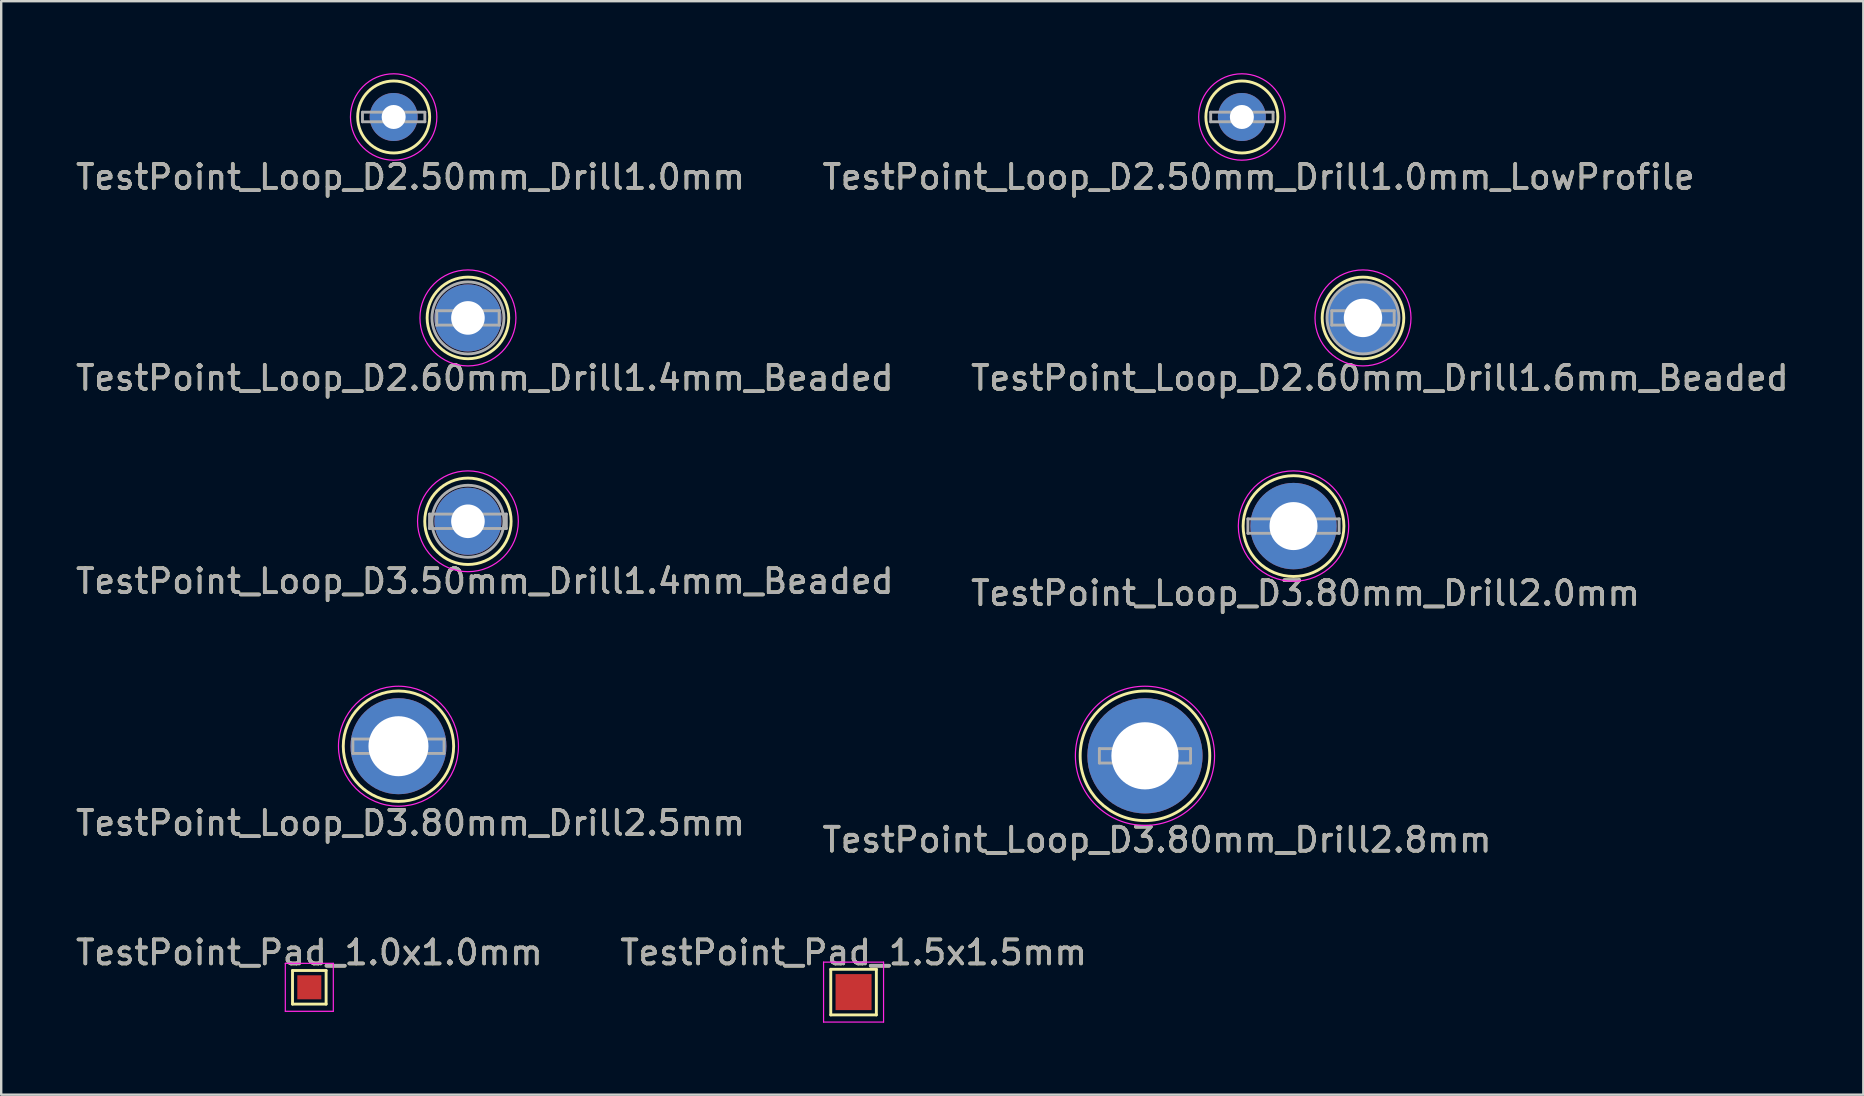
<source format=kicad_pcb>
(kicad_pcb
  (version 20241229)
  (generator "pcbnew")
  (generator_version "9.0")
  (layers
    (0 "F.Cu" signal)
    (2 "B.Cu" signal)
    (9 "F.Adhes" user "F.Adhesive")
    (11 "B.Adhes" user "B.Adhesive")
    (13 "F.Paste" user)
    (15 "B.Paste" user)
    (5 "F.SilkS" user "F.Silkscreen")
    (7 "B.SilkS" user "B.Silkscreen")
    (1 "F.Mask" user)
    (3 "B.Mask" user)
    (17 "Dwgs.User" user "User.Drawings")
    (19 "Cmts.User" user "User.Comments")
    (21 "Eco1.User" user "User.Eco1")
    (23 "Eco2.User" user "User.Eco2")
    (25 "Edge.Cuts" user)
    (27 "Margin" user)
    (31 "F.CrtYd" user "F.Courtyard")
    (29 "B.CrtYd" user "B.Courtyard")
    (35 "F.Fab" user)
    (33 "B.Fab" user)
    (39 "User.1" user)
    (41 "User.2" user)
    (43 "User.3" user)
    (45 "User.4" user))
  (footprint "TestPoint_Loop_D3.80mm_Drill2.5mm"
    (layer "F.Cu")
    (at 13.554 28.045)
    (property "Reference" "TestPoint_Loop_D3.80mm_Drill2.5mm" (at 0.5 3.2 0) (layer "F.SilkS") (effects (font (size 1 1) (thickness 0.15))))
    (attr through_hole)
    (fp_circle (center 0 0) (end 2.3 0) (stroke (width 0.12) (type solid)) (fill no) (layer "F.SilkS"))
    (fp_circle (center 0 0) (end 2.5 0) (stroke (width 0.05) (type solid)) (fill no) (layer "F.CrtYd"))
    (fp_line (start -1.9 -0.3) (end -1.9 0.3) (stroke (width 0.12) (type solid)) (layer "F.Fab"))
    (fp_line (start -1.9 0.3) (end 1.9 0.3) (stroke (width 0.12) (type solid)) (layer "F.Fab"))
    (fp_line (start 1.9 -0.3) (end -1.9 -0.3) (stroke (width 0.12) (type solid)) (layer "F.Fab"))
    (fp_line (start 1.9 0.3) (end 1.9 -0.3) (stroke (width 0.12) (type solid)) (layer "F.Fab"))
    (fp_text user "${REFERENCE}" (at 0.5 3.2 0) (layer "F.Fab") (effects (font (size 1 1) (thickness 0.15))))
    (pad "1" thru_hole circle (at 0 0) (size 4 4) (drill 2.5) (layers "*.Cu" "*.Mask")))
  (footprint "TestPoint_Loop_D2.60mm_Drill1.4mm_Beaded"
    (layer "F.Cu")
    (at 16.449 10.198)
    (property "Reference" "TestPoint_Loop_D2.60mm_Drill1.4mm_Beaded" (at 0.7 2.5 0) (layer "F.SilkS") (effects (font (size 1 1) (thickness 0.15))))
    (attr through_hole)
    (fp_circle (center 0 0) (end 1.7 0) (stroke (width 0.12) (type solid)) (fill no) (layer "F.SilkS"))
    (fp_circle (center 0 0) (end 2 0) (stroke (width 0.05) (type solid)) (fill no) (layer "F.CrtYd"))
    (fp_line (start -1.3 -0.3) (end -1.3 0.3) (stroke (width 0.12) (type solid)) (layer "F.Fab"))
    (fp_line (start -1.3 0.3) (end 1.3 0.3) (stroke (width 0.12) (type solid)) (layer "F.Fab"))
    (fp_line (start 1.3 -0.3) (end -1.3 -0.3) (stroke (width 0.12) (type solid)) (layer "F.Fab"))
    (fp_line (start 1.3 0.3) (end 1.3 -0.3) (stroke (width 0.12) (type solid)) (layer "F.Fab"))
    (fp_circle (center 0 0) (end 1.5 0) (stroke (width 0.12) (type solid)) (fill no) (layer "F.Fab"))
    (fp_text user "${REFERENCE}" (at 0.7 2.5 0) (layer "F.Fab") (effects (font (size 1 1) (thickness 0.15))))
    (pad "1" thru_hole circle (at 0 0) (size 2.8 2.8) (drill 1.4) (layers "*.Cu" "*.Mask")))
  (footprint "TestPoint_Pad_1.0x1.0mm"
    (layer "F.Cu")
    (at 9.839 38.091)
    (property "Reference" "TestPoint_Pad_1.0x1.0mm" (at 0 -1.448 0) (layer "F.SilkS") (effects (font (size 1 1) (thickness 0.15))))
    (attr exclude_from_pos_files exclude_from_bom)
    (fp_line (start -0.7 -0.7) (end 0.7 -0.7) (stroke (width 0.12) (type solid)) (layer "F.SilkS"))
    (fp_line (start -0.7 0.7) (end -0.7 -0.7) (stroke (width 0.12) (type solid)) (layer "F.SilkS"))
    (fp_line (start 0.7 -0.7) (end 0.7 0.7) (stroke (width 0.12) (type solid)) (layer "F.SilkS"))
    (fp_line (start 0.7 0.7) (end -0.7 0.7) (stroke (width 0.12) (type solid)) (layer "F.SilkS"))
    (fp_line (start -1 -1) (end -1 1) (stroke (width 0.05) (type solid)) (layer "F.CrtYd"))
    (fp_line (start -1 -1) (end 1 -1) (stroke (width 0.05) (type solid)) (layer "F.CrtYd"))
    (fp_line (start 1 1) (end -1 1) (stroke (width 0.05) (type solid)) (layer "F.CrtYd"))
    (fp_line (start 1 1) (end 1 -1) (stroke (width 0.05) (type solid)) (layer "F.CrtYd"))
    (fp_text user "${REFERENCE}" (at 0 -1.45 0) (layer "F.Fab") (effects (font (size 1 1) (thickness 0.15))))
    (pad "1" smd rect (at 0 0) (size 1 1) (layers "F.Cu" "F.Mask")))
  (footprint "TestPoint_Loop_D2.50mm_Drill1.0mm_LowProfile"
    (layer "F.Cu")
    (at 48.699 1.825)
    (property "Reference" "TestPoint_Loop_D2.50mm_Drill1.0mm_LowProfile" (at 0.7 2.5 0) (layer "F.SilkS") (effects (font (size 1 1) (thickness 0.15))))
    (attr through_hole)
    (fp_circle (center 0 0) (end 1.5 0) (stroke (width 0.12) (type solid)) (fill no) (layer "F.SilkS"))
    (fp_circle (center 0 0) (end 1.8 0) (stroke (width 0.05) (type solid)) (fill no) (layer "F.CrtYd"))
    (fp_line (start -1.3 -0.2) (end -1.3 0.2) (stroke (width 0.12) (type solid)) (layer "F.Fab"))
    (fp_line (start -1.3 0.2) (end 1.3 0.2) (stroke (width 0.12) (type solid)) (layer "F.Fab"))
    (fp_line (start 1.3 -0.2) (end -1.3 -0.2) (stroke (width 0.12) (type solid)) (layer "F.Fab"))
    (fp_line (start 1.3 0.2) (end 1.3 -0.2) (stroke (width 0.12) (type solid)) (layer "F.Fab"))
    (fp_text user "${REFERENCE}" (at 0.7 2.5 0) (layer "F.Fab") (effects (font (size 1 1) (thickness 0.15))))
    (pad "1" thru_hole circle (at 0 0) (size 2 2) (drill 1) (layers "*.Cu" "*.Mask")))
  (footprint "TestPoint_Pad_1.5x1.5mm"
    (layer "F.Cu")
    (at 32.518 38.291)
    (property "Reference" "TestPoint_Pad_1.5x1.5mm" (at 0 -1.648 0) (layer "F.SilkS") (effects (font (size 1 1) (thickness 0.15))))
    (attr exclude_from_pos_files exclude_from_bom)
    (fp_line (start -0.95 -0.95) (end 0.95 -0.95) (stroke (width 0.12) (type solid)) (layer "F.SilkS"))
    (fp_line (start -0.95 0.95) (end -0.95 -0.95) (stroke (width 0.12) (type solid)) (layer "F.SilkS"))
    (fp_line (start 0.95 -0.95) (end 0.95 0.95) (stroke (width 0.12) (type solid)) (layer "F.SilkS"))
    (fp_line (start 0.95 0.95) (end -0.95 0.95) (stroke (width 0.12) (type solid)) (layer "F.SilkS"))
    (fp_line (start -1.25 -1.25) (end -1.25 1.25) (stroke (width 0.05) (type solid)) (layer "F.CrtYd"))
    (fp_line (start -1.25 -1.25) (end 1.25 -1.25) (stroke (width 0.05) (type solid)) (layer "F.CrtYd"))
    (fp_line (start 1.25 1.25) (end -1.25 1.25) (stroke (width 0.05) (type solid)) (layer "F.CrtYd"))
    (fp_line (start 1.25 1.25) (end 1.25 -1.25) (stroke (width 0.05) (type solid)) (layer "F.CrtYd"))
    (fp_text user "${REFERENCE}" (at 0 -1.65 0) (layer "F.Fab") (effects (font (size 1 1) (thickness 0.15))))
    (pad "1" smd rect (at 0 0) (size 1.5 1.5) (layers "F.Cu" "F.Mask")))
  (footprint "TestPoint_Loop_D2.60mm_Drill1.6mm_Beaded"
    (layer "F.Cu")
    (at 53.746 10.198)
    (property "Reference" "TestPoint_Loop_D2.60mm_Drill1.6mm_Beaded" (at 0.7 2.5 0) (layer "F.SilkS") (effects (font (size 1 1) (thickness 0.15))))
    (attr through_hole)
    (fp_circle (center 0 0) (end 1.7 0) (stroke (width 0.12) (type solid)) (fill no) (layer "F.SilkS"))
    (fp_circle (center 0 0) (end 2 0) (stroke (width 0.05) (type solid)) (fill no) (layer "F.CrtYd"))
    (fp_line (start -1.3 -0.3) (end -1.3 0.3) (stroke (width 0.12) (type solid)) (layer "F.Fab"))
    (fp_line (start -1.3 0.3) (end 1.3 0.3) (stroke (width 0.12) (type solid)) (layer "F.Fab"))
    (fp_line (start 1.3 -0.3) (end -1.3 -0.3) (stroke (width 0.12) (type solid)) (layer "F.Fab"))
    (fp_line (start 1.3 0.3) (end 1.3 -0.3) (stroke (width 0.12) (type solid)) (layer "F.Fab"))
    (fp_circle (center 0 0) (end 1.5 0) (stroke (width 0.12) (type solid)) (fill no) (layer "F.Fab"))
    (fp_text user "${REFERENCE}" (at 0.7 2.5 0) (layer "F.Fab") (effects (font (size 1 1) (thickness 0.15))))
    (pad "1" thru_hole circle (at 0 0) (size 3 3) (drill 1.6) (layers "*.Cu" "*.Mask")))
  (footprint "TestPoint_Loop_D2.50mm_Drill1.0mm"
    (layer "F.Cu")
    (at 13.354 1.825)
    (property "Reference" "TestPoint_Loop_D2.50mm_Drill1.0mm" (at 0.7 2.5 0) (layer "F.SilkS") (effects (font (size 1 1) (thickness 0.15))))
    (attr through_hole)
    (fp_circle (center 0 0) (end 1.5 0) (stroke (width 0.12) (type solid)) (fill no) (layer "F.SilkS"))
    (fp_circle (center 0 0) (end 1.8 0) (stroke (width 0.05) (type solid)) (fill no) (layer "F.CrtYd"))
    (fp_line (start -1.3 -0.2) (end -1.3 0.2) (stroke (width 0.12) (type solid)) (layer "F.Fab"))
    (fp_line (start -1.3 0.2) (end 1.3 0.2) (stroke (width 0.12) (type solid)) (layer "F.Fab"))
    (fp_line (start 1.3 -0.2) (end -1.3 -0.2) (stroke (width 0.12) (type solid)) (layer "F.Fab"))
    (fp_line (start 1.3 0.2) (end 1.3 -0.2) (stroke (width 0.12) (type solid)) (layer "F.Fab"))
    (fp_text user "${REFERENCE}" (at 0.7 2.5 0) (layer "F.Fab") (effects (font (size 1 1) (thickness 0.15))))
    (pad "1" thru_hole circle (at 0 0) (size 2 2) (drill 1) (layers "*.Cu" "*.Mask")))
  (footprint "TestPoint_Loop_D3.80mm_Drill2.0mm"
    (layer "F.Cu")
    (at 50.851 18.872)
    (property "Reference" "TestPoint_Loop_D3.80mm_Drill2.0mm" (at 0.5 2.8 0) (layer "F.SilkS") (effects (font (size 1 1) (thickness 0.15))))
    (attr through_hole)
    (fp_circle (center 0 0) (end 2.1 0) (stroke (width 0.12) (type solid)) (fill no) (layer "F.SilkS"))
    (fp_circle (center 0 0) (end 2.3 0) (stroke (width 0.05) (type solid)) (fill no) (layer "F.CrtYd"))
    (fp_line (start -1.9 -0.3) (end -1.9 0.3) (stroke (width 0.12) (type solid)) (layer "F.Fab"))
    (fp_line (start -1.9 0.3) (end 1.9 0.3) (stroke (width 0.12) (type solid)) (layer "F.Fab"))
    (fp_line (start 1.9 -0.3) (end -1.9 -0.3) (stroke (width 0.12) (type solid)) (layer "F.Fab"))
    (fp_line (start 1.9 0.3) (end 1.9 -0.3) (stroke (width 0.12) (type solid)) (layer "F.Fab"))
    (fp_text user "${REFERENCE}" (at 0.5 2.8 0) (layer "F.Fab") (effects (font (size 1 1) (thickness 0.15))))
    (pad "1" thru_hole circle (at 0 0) (size 3.6 3.6) (drill 2) (layers "*.Cu" "*.Mask")))
  (footprint "TestPoint_Loop_D3.80mm_Drill2.8mm"
    (layer "F.Cu")
    (at 44.661 28.445)
    (property "Reference" "TestPoint_Loop_D3.80mm_Drill2.8mm" (at 0.5 3.5 0) (layer "F.SilkS") (effects (font (size 1 1) (thickness 0.15))))
    (attr through_hole)
    (fp_circle (center 0 0) (end 2.7 0) (stroke (width 0.12) (type solid)) (fill no) (layer "F.SilkS"))
    (fp_circle (center 0 0) (end 2.9 0) (stroke (width 0.05) (type solid)) (fill no) (layer "F.CrtYd"))
    (fp_line (start -1.9 -0.3) (end -1.9 0.3) (stroke (width 0.12) (type solid)) (layer "F.Fab"))
    (fp_line (start -1.9 0.3) (end 1.9 0.3) (stroke (width 0.12) (type solid)) (layer "F.Fab"))
    (fp_line (start 1.9 -0.3) (end -1.9 -0.3) (stroke (width 0.12) (type solid)) (layer "F.Fab"))
    (fp_line (start 1.9 0.3) (end 1.9 -0.3) (stroke (width 0.12) (type solid)) (layer "F.Fab"))
    (fp_text user "${REFERENCE}" (at 0.5 3.5 0) (layer "F.Fab") (effects (font (size 1 1) (thickness 0.15))))
    (pad "1" thru_hole circle (at 0 0) (size 4.8 4.8) (drill 2.8) (layers "*.Cu" "*.Mask")))
  (footprint "TestPoint_Loop_D3.50mm_Drill1.4mm_Beaded"
    (layer "F.Cu")
    (at 16.449 18.672)
    (property "Reference" "TestPoint_Loop_D3.50mm_Drill1.4mm_Beaded" (at 0.7 2.5 0) (layer "F.SilkS") (effects (font (size 1 1) (thickness 0.15))))
    (attr through_hole)
    (fp_circle (center 0 0) (end 1.8 0) (stroke (width 0.12) (type solid)) (fill no) (layer "F.SilkS"))
    (fp_circle (center 0 0) (end 2.1 0) (stroke (width 0.05) (type solid)) (fill no) (layer "F.CrtYd"))
    (fp_line (start -1.6 -0.3) (end -1.6 0.3) (stroke (width 0.12) (type solid)) (layer "F.Fab"))
    (fp_line (start -1.6 0.3) (end 1.6 0.3) (stroke (width 0.12) (type solid)) (layer "F.Fab"))
    (fp_line (start 1.6 -0.3) (end -1.6 -0.3) (stroke (width 0.12) (type solid)) (layer "F.Fab"))
    (fp_line (start 1.6 0.3) (end 1.6 -0.3) (stroke (width 0.12) (type solid)) (layer "F.Fab"))
    (fp_circle (center 0 0) (end 1.5 0) (stroke (width 0.12) (type solid)) (fill no) (layer "F.Fab"))
    (fp_text user "${REFERENCE}" (at 0.7 2.5 0) (layer "F.Fab") (effects (font (size 1 1) (thickness 0.15))))
    (pad "1" thru_hole circle (at 0 0) (size 2.8 2.8) (drill 1.4) (layers "*.Cu" "*.Mask")))
  (gr_rect
    (start -3 -3)
    (end 74.595 42.566)
    (stroke (width 0.1) (type default))
    (fill no)
    (layer "Edge.Cuts")))
</source>
